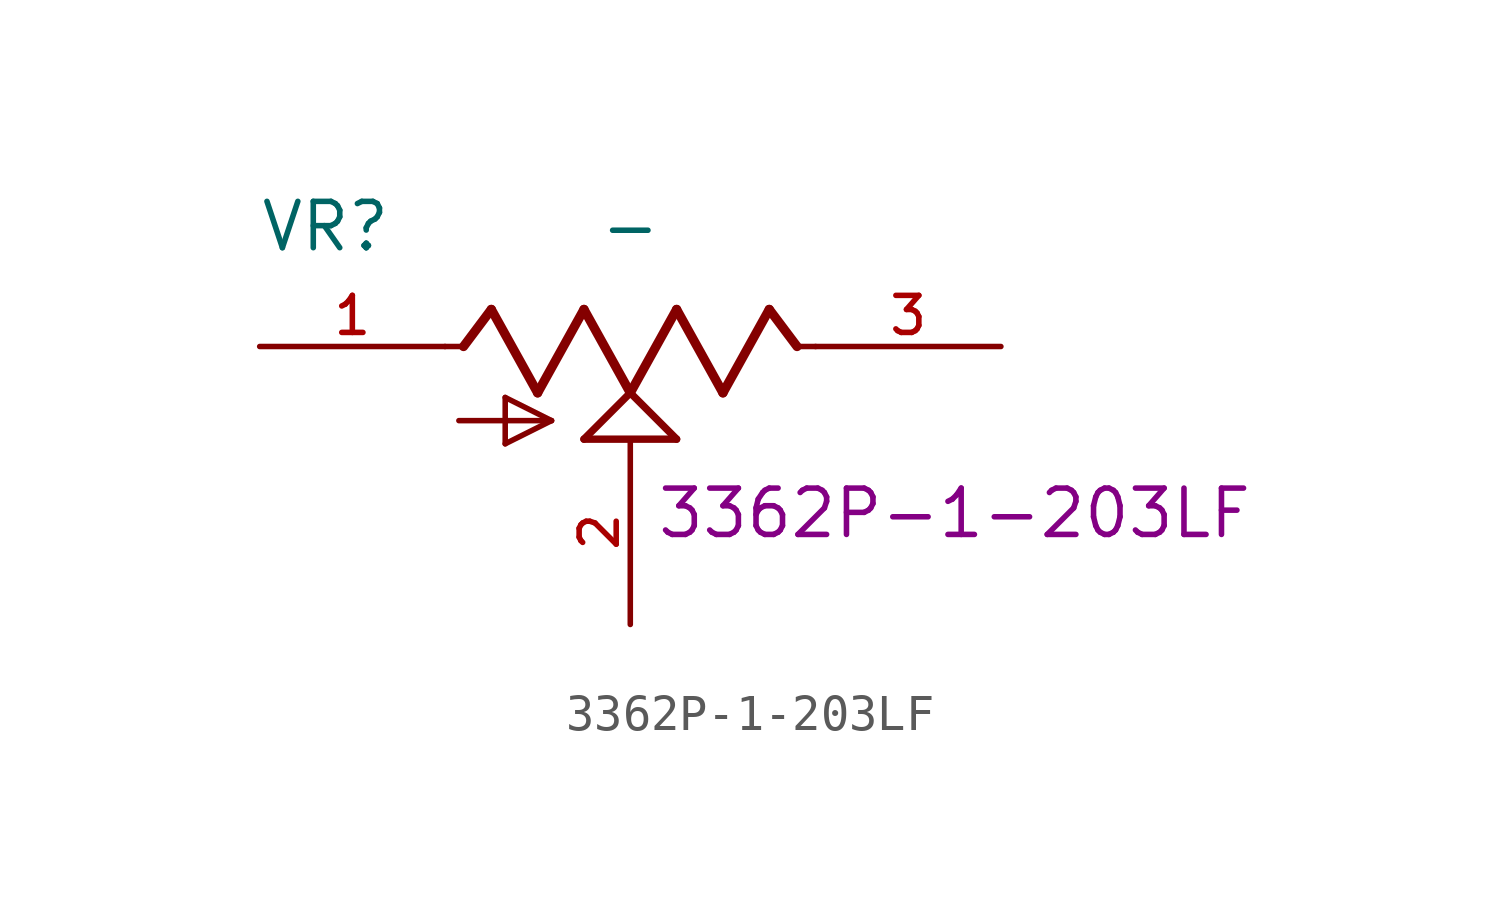
<source format=kicad_sym>
(kicad_symbol_lib
  (version 20241209)
  (generator "kicad_symbol_editor")
  (generator_version "9.0")
  (symbol "3362P-1-203LF"
    (pin_names
      (offset 1.016))
    (property "Reference" "VR"
      (at -10.182 2.546 0)
      (effects (font (size 1.27 1.27)) (justify left bottom)))
    (property "Value" "-"
      (at 0 2.54 0)
      (effects (font (size 1.27 1.27)) (justify bottom)))
    (property "Description" "3362P-1-203LF"
      (at 8.89 -4.572 0)
      (effects (font (size 1.27 1.27))))
    (symbol "3362P-1-203LF_0_0"
      (polyline (pts (xy -5.08 0) (xy -4.572 0)) (stroke (width 0.152) (type default)) (fill (type none)))
      (polyline (pts (xy -4.699 -2.032) (xy -2.159 -2.032)) (stroke (width 0.152) (type default)) (fill (type none)))
      (polyline (pts (xy -4.572 0) (xy -3.81 1.016)) (stroke (width 0.254) (type default)) (fill (type none)))
      (polyline (pts (xy -3.81 1.016) (xy -2.54 -1.27)) (stroke (width 0.254) (type default)) (fill (type none)))
      (polyline (pts (xy -3.429 -1.397) (xy -2.159 -2.032)) (stroke (width 0.152) (type default)) (fill (type none)))
      (polyline (pts (xy -3.429 -2.667) (xy -3.429 -1.397)) (stroke (width 0.152) (type default)) (fill (type none)))
      (polyline (pts (xy -2.54 -1.27) (xy -1.27 1.016)) (stroke (width 0.254) (type default)) (fill (type none)))
      (polyline (pts (xy -2.159 -2.032) (xy -3.429 -2.667)) (stroke (width 0.152) (type default)) (fill (type none)))
      (polyline (pts (xy -1.27 1.016) (xy 0 -1.27)) (stroke (width 0.254) (type default)) (fill (type none)))
      (polyline (pts (xy -1.27 -2.54) (xy 0 -1.27)) (stroke (width 0.203) (type default)) (fill (type none)))
      (polyline (pts (xy 0 -1.27) (xy 1.27 1.016)) (stroke (width 0.254) (type default)) (fill (type none)))
      (polyline (pts (xy 0 -1.27) (xy 1.27 -2.54)) (stroke (width 0.203) (type default)) (fill (type none)))
      (polyline (pts (xy 1.27 1.016) (xy 2.54 -1.27)) (stroke (width 0.254) (type default)) (fill (type none)))
      (polyline (pts (xy 1.27 -2.54) (xy -1.27 -2.54)) (stroke (width 0.203) (type default)) (fill (type none)))
      (polyline (pts (xy 2.54 -1.27) (xy 3.81 1.016)) (stroke (width 0.254) (type default)) (fill (type none)))
      (polyline (pts (xy 3.81 1.016) (xy 4.572 0)) (stroke (width 0.254) (type default)) (fill (type none)))
      (polyline (pts (xy 4.572 0) (xy 5.08 0)) (stroke (width 0.152) (type default)) (fill (type none)))
      (pin passive line (at -10.16 0 0) (length 5.08) (name "~" (effects (font (size 1.016 1.016)))) (number "1" (effects (font (size 1.016 1.016)))))
      (pin passive line (at 0 -7.62 90) (length 5.08) (name "~" (effects (font (size 1.016 1.016)))) (number "2" (effects (font (size 1.016 1.016)))))
      (pin passive line (at 10.16 0 180) (length 5.08) (name "~" (effects (font (size 1.016 1.016)))) (number "3" (effects (font (size 1.016 1.016))))))))
</source>
